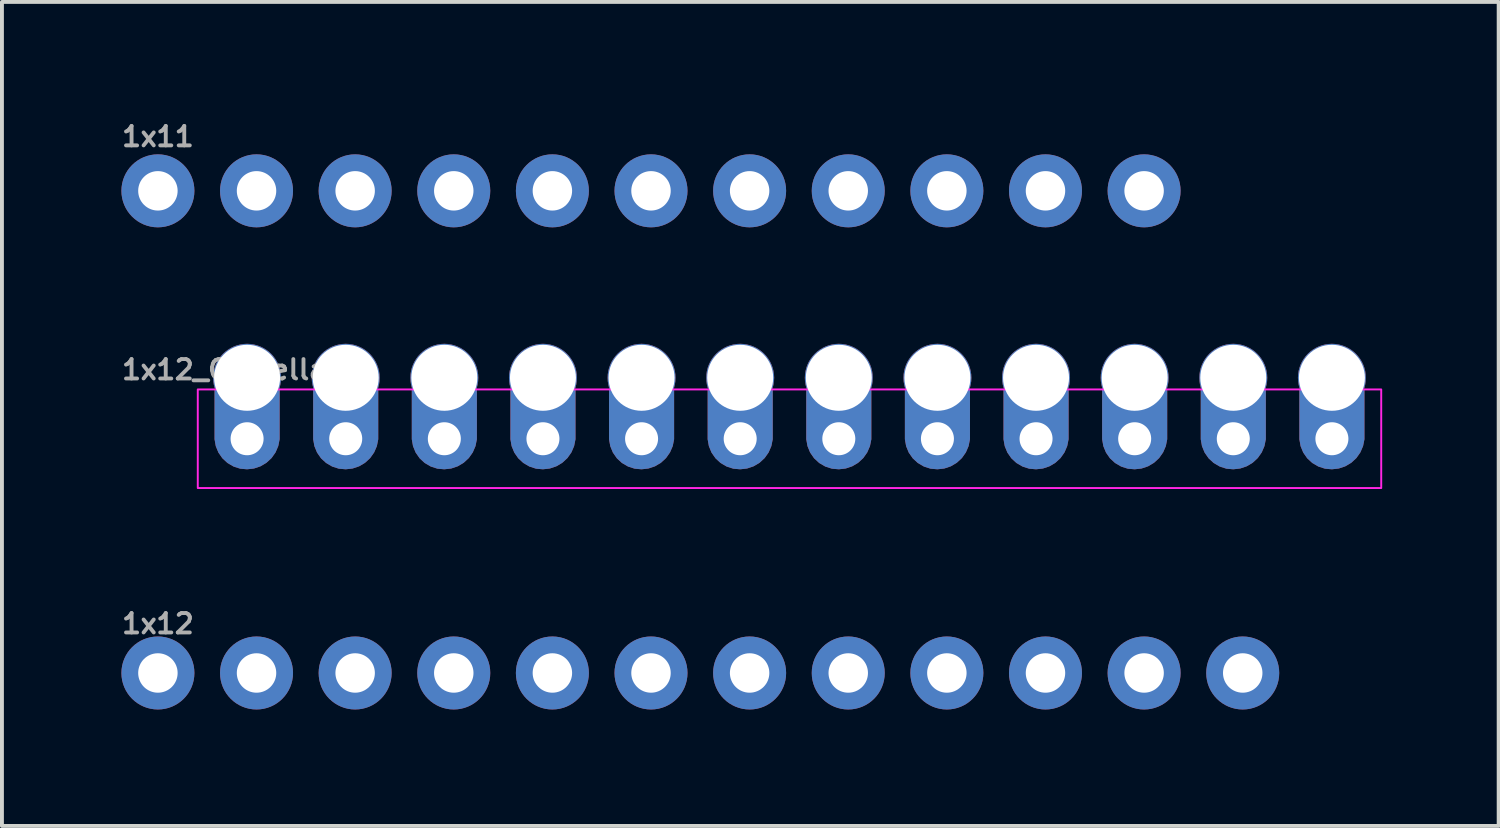
<source format=kicad_pcb>
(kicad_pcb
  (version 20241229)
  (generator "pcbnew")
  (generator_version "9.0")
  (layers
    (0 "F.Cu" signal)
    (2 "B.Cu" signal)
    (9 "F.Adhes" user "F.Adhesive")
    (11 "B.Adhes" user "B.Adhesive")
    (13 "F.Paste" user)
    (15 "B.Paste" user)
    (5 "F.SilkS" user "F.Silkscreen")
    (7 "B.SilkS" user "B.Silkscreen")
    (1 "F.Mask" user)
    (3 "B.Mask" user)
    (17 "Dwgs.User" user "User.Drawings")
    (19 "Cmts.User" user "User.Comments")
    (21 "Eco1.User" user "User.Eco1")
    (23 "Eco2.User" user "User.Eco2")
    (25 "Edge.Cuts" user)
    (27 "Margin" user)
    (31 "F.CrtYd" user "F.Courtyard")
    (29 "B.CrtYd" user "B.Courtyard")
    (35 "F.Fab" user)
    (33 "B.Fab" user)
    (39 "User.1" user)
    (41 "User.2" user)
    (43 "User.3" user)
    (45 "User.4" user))
  (footprint "1x11"
    (layer "F.Cu")
    (at 1.017 1.865)
    (property "Reference" "1x11" (at 0 -1.397 0) (layer "F.Fab") (effects (font (size 0.5 0.5) (thickness 0.1))))
    (fp_poly (pts (xy -0.254 0.254) (xy 0.254 0.254) (xy 0.254 -0.254) (xy -0.254 -0.254)) (stroke (width 0.1) (type default)) (fill no) (layer "F.Fab"))
    (fp_poly (pts (xy 2.286 0.254) (xy 2.794 0.254) (xy 2.794 -0.254) (xy 2.286 -0.254)) (stroke (width 0.1) (type default)) (fill no) (layer "F.Fab"))
    (fp_poly (pts (xy 4.826 0.254) (xy 5.334 0.254) (xy 5.334 -0.254) (xy 4.826 -0.254)) (stroke (width 0.1) (type default)) (fill no) (layer "F.Fab"))
    (fp_poly (pts (xy 7.366 0.254) (xy 7.874 0.254) (xy 7.874 -0.254) (xy 7.366 -0.254)) (stroke (width 0.1) (type default)) (fill no) (layer "F.Fab"))
    (fp_poly (pts (xy 9.906 0.254) (xy 10.414 0.254) (xy 10.414 -0.254) (xy 9.906 -0.254)) (stroke (width 0.1) (type default)) (fill no) (layer "F.Fab"))
    (fp_poly (pts (xy 12.446 0.254) (xy 12.954 0.254) (xy 12.954 -0.254) (xy 12.446 -0.254)) (stroke (width 0.1) (type default)) (fill no) (layer "F.Fab"))
    (fp_poly (pts (xy 14.986 0.254) (xy 15.494 0.254) (xy 15.494 -0.254) (xy 14.986 -0.254)) (stroke (width 0.1) (type default)) (fill no) (layer "F.Fab"))
    (fp_poly (pts (xy 17.526 0.254) (xy 18.034 0.254) (xy 18.034 -0.254) (xy 17.526 -0.254)) (stroke (width 0.1) (type default)) (fill no) (layer "F.Fab"))
    (fp_poly (pts (xy 20.066 0.254) (xy 20.574 0.254) (xy 20.574 -0.254) (xy 20.066 -0.254)) (stroke (width 0.1) (type default)) (fill no) (layer "F.Fab"))
    (fp_poly (pts (xy 22.606 0.254) (xy 23.114 0.254) (xy 23.114 -0.254) (xy 22.606 -0.254)) (stroke (width 0.1) (type default)) (fill no) (layer "F.Fab"))
    (fp_poly (pts (xy 25.146 0.254) (xy 25.654 0.254) (xy 25.654 -0.254) (xy 25.146 -0.254)) (stroke (width 0.1) (type default)) (fill no) (layer "F.Fab"))
    (pad "1" thru_hole circle (at 0 0 90) (size 1.88 1.88) (drill 1.016) (layers "*.Cu" "*.Mask"))
    (pad "2" thru_hole circle (at 2.54 0 90) (size 1.88 1.88) (drill 1.016) (layers "*.Cu" "*.Mask"))
    (pad "3" thru_hole circle (at 5.08 0 90) (size 1.88 1.88) (drill 1.016) (layers "*.Cu" "*.Mask"))
    (pad "4" thru_hole circle (at 7.62 0 90) (size 1.88 1.88) (drill 1.016) (layers "*.Cu" "*.Mask"))
    (pad "5" thru_hole circle (at 10.16 0 90) (size 1.88 1.88) (drill 1.016) (layers "*.Cu" "*.Mask"))
    (pad "6" thru_hole circle (at 12.7 0 90) (size 1.88 1.88) (drill 1.016) (layers "*.Cu" "*.Mask"))
    (pad "7" thru_hole circle (at 15.24 0 90) (size 1.88 1.88) (drill 1.016) (layers "*.Cu" "*.Mask"))
    (pad "8" thru_hole circle (at 17.78 0 90) (size 1.88 1.88) (drill 1.016) (layers "*.Cu" "*.Mask"))
    (pad "9" thru_hole circle (at 20.32 0 90) (size 1.88 1.88) (drill 1.016) (layers "*.Cu" "*.Mask"))
    (pad "10" thru_hole circle (at 22.86 0 90) (size 1.88 1.88) (drill 1.016) (layers "*.Cu" "*.Mask"))
    (pad "11" thru_hole circle (at 25.4 0 90) (size 1.88 1.88) (drill 1.016) (layers "*.Cu" "*.Mask")))
  (footprint "1x12"
    (layer "F.Cu")
    (at 1.017 14.283)
    (property "Reference" "1x12" (at 0 -1.27 0) (layer "F.Fab") (effects (font (size 0.5 0.5) (thickness 0.1))))
    (pad "1" thru_hole circle (at 0 0 90) (size 1.88 1.88) (drill 1.016) (layers "*.Cu" "*.Mask"))
    (pad "2" thru_hole circle (at 2.54 0 90) (size 1.88 1.88) (drill 1.016) (layers "*.Cu" "*.Mask"))
    (pad "3" thru_hole circle (at 5.08 0 90) (size 1.88 1.88) (drill 1.016) (layers "*.Cu" "*.Mask"))
    (pad "4" thru_hole circle (at 7.62 0 90) (size 1.88 1.88) (drill 1.016) (layers "*.Cu" "*.Mask"))
    (pad "5" thru_hole circle (at 10.16 0 90) (size 1.88 1.88) (drill 1.016) (layers "*.Cu" "*.Mask"))
    (pad "6" thru_hole circle (at 12.7 0 90) (size 1.88 1.88) (drill 1.016) (layers "*.Cu" "*.Mask"))
    (pad "7" thru_hole circle (at 15.24 0 90) (size 1.88 1.88) (drill 1.016) (layers "*.Cu" "*.Mask"))
    (pad "8" thru_hole circle (at 17.78 0 90) (size 1.88 1.88) (drill 1.016) (layers "*.Cu" "*.Mask"))
    (pad "9" thru_hole circle (at 20.32 0 90) (size 1.88 1.88) (drill 1.016) (layers "*.Cu" "*.Mask"))
    (pad "10" thru_hole circle (at 22.86 0 90) (size 1.88 1.88) (drill 1.016) (layers "*.Cu" "*.Mask"))
    (pad "11" thru_hole circle (at 25.4 0 90) (size 1.88 1.88) (drill 1.016) (layers "*.Cu" "*.Mask"))
    (pad "12" thru_hole circle (at 27.94 0 90) (size 1.88 1.88) (drill 1.016) (layers "*.Cu" "*.Mask")))
  (footprint "1x12_Castellated"
    (layer "F.Cu")
    (at 3.314 8.25)
    (property "Reference" "1x12_Castellated" (at 0 -1.778 0) (layer "F.Fab") (effects (font (size 0.5 0.5) (thickness 0.1))))
    (fp_rect (start -1.27 -1.27) (end 29.21 1.27) (stroke (width 0.05) (type default)) (fill no) (layer "F.CrtYd"))
    (fp_rect (start -0.254 -0.254) (end 0.254 0.254) (stroke (width 0.1) (type default)) (fill no) (layer "F.Fab"))
    (fp_rect (start 2.286 -0.254) (end 2.794 0.254) (stroke (width 0.1) (type default)) (fill no) (layer "F.Fab"))
    (fp_rect (start 4.826 -0.254) (end 5.334 0.254) (stroke (width 0.1) (type default)) (fill no) (layer "F.Fab"))
    (fp_rect (start 7.366 -0.254) (end 7.874 0.254) (stroke (width 0.1) (type default)) (fill no) (layer "F.Fab"))
    (fp_rect (start 9.906 -0.254) (end 10.414 0.254) (stroke (width 0.1) (type default)) (fill no) (layer "F.Fab"))
    (fp_rect (start 12.446 -0.254) (end 12.954 0.254) (stroke (width 0.1) (type default)) (fill no) (layer "F.Fab"))
    (fp_rect (start 14.986 -0.254) (end 15.494 0.254) (stroke (width 0.1) (type default)) (fill no) (layer "F.Fab"))
    (fp_rect (start 17.526 -0.254) (end 18.034 0.254) (stroke (width 0.1) (type default)) (fill no) (layer "F.Fab"))
    (fp_rect (start 20.066 -0.254) (end 20.574 0.254) (stroke (width 0.1) (type default)) (fill no) (layer "F.Fab"))
    (fp_rect (start 22.606 -0.254) (end 23.114 0.254) (stroke (width 0.1) (type default)) (fill no) (layer "F.Fab"))
    (fp_rect (start 25.146 -0.254) (end 25.654 0.254) (stroke (width 0.1) (type default)) (fill no) (layer "F.Fab"))
    (fp_rect (start 27.686 -0.254) (end 28.194 0.254) (stroke (width 0.1) (type default)) (fill no) (layer "F.Fab"))
    (pad "1" thru_hole circle (at 0 -1.57 270) (size 1.75 1.75) (drill 1.7) (layers "*.Cu" "*.Mask") (remove_unused_layers yes) (keep_end_layers yes) (zone_layer_connections))
    (pad "1" thru_hole custom (at 0 0 90) (size 1.016 1.016) (drill 0.85) (layers "*.Cu" "*.Mask") (remove_unused_layers yes) (keep_end_layers yes) (zone_layer_connections) (options (anchor circle)) (primitives (gr_poly (pts (xy -0.189 0.803) (xy -0.352 0.733) (xy -0.498 0.63) (xy -0.619 0.499) (xy -0.71 0.346) (xy -0.767 0.177) (xy -0.787 0.001) (xy -0.787 -0.001) (xy -0.771 -0.179) (xy -0.716 -0.349) (xy -0.625 -0.505) (xy -0.504 -0.636) (xy -0.356 -0.739) (xy -0.19 -0.807) (xy -0.014 -0.838) (xy 1.27 -0.838) (xy 1.27 0.838) (xy -0.014 0.838)) (width 0) (fill yes))))
    (pad "2" thru_hole circle (at 2.54 -1.57 270) (size 1.75 1.75) (drill 1.7) (layers "*.Cu" "*.Mask") (remove_unused_layers yes) (keep_end_layers yes) (zone_layer_connections))
    (pad "2" thru_hole custom (at 2.54 0 90) (size 1.016 1.016) (drill 0.85) (layers "*.Cu" "*.Mask") (remove_unused_layers yes) (keep_end_layers yes) (zone_layer_connections) (options (anchor circle)) (primitives (gr_poly (pts (xy -0.189 0.803) (xy -0.352 0.733) (xy -0.498 0.63) (xy -0.619 0.499) (xy -0.71 0.346) (xy -0.767 0.177) (xy -0.787 0.001) (xy -0.787 -0.001) (xy -0.771 -0.179) (xy -0.716 -0.349) (xy -0.625 -0.505) (xy -0.504 -0.636) (xy -0.356 -0.739) (xy -0.19 -0.807) (xy -0.014 -0.838) (xy 1.27 -0.838) (xy 1.27 0.838) (xy -0.014 0.838)) (width 0) (fill yes))))
    (pad "3" thru_hole circle (at 5.08 -1.57 270) (size 1.75 1.75) (drill 1.7) (layers "*.Cu" "*.Mask") (remove_unused_layers yes) (keep_end_layers yes) (zone_layer_connections))
    (pad "3" thru_hole custom (at 5.08 0 90) (size 1.016 1.016) (drill 0.85) (layers "*.Cu" "*.Mask") (remove_unused_layers yes) (keep_end_layers yes) (zone_layer_connections) (options (anchor circle)) (primitives (gr_poly (pts (xy -0.189 0.803) (xy -0.352 0.733) (xy -0.498 0.63) (xy -0.619 0.499) (xy -0.71 0.346) (xy -0.767 0.177) (xy -0.787 0.001) (xy -0.787 -0.001) (xy -0.771 -0.179) (xy -0.716 -0.349) (xy -0.625 -0.505) (xy -0.504 -0.636) (xy -0.356 -0.739) (xy -0.19 -0.807) (xy -0.014 -0.838) (xy 1.27 -0.838) (xy 1.27 0.838) (xy -0.014 0.838)) (width 0) (fill yes))))
    (pad "4" thru_hole circle (at 7.62 -1.57 270) (size 1.75 1.75) (drill 1.7) (layers "*.Cu" "*.Mask") (remove_unused_layers yes) (keep_end_layers yes) (zone_layer_connections))
    (pad "4" thru_hole custom (at 7.62 0 90) (size 1.016 1.016) (drill 0.85) (layers "*.Cu" "*.Mask") (remove_unused_layers yes) (keep_end_layers yes) (zone_layer_connections) (options (anchor circle)) (primitives (gr_poly (pts (xy -0.189 0.803) (xy -0.352 0.733) (xy -0.498 0.63) (xy -0.619 0.499) (xy -0.71 0.346) (xy -0.767 0.177) (xy -0.787 0.001) (xy -0.787 -0.001) (xy -0.771 -0.179) (xy -0.716 -0.349) (xy -0.625 -0.505) (xy -0.504 -0.636) (xy -0.356 -0.739) (xy -0.19 -0.807) (xy -0.014 -0.838) (xy 1.27 -0.838) (xy 1.27 0.838) (xy -0.014 0.838)) (width 0) (fill yes))))
    (pad "5" thru_hole circle (at 10.16 -1.57 270) (size 1.75 1.75) (drill 1.7) (layers "*.Cu" "*.Mask") (remove_unused_layers yes) (keep_end_layers yes) (zone_layer_connections))
    (pad "5" thru_hole custom (at 10.16 0 90) (size 1.016 1.016) (drill 0.85) (layers "*.Cu" "*.Mask") (remove_unused_layers yes) (keep_end_layers yes) (zone_layer_connections) (options (anchor circle)) (primitives (gr_poly (pts (xy -0.189 0.803) (xy -0.352 0.733) (xy -0.498 0.63) (xy -0.619 0.499) (xy -0.71 0.346) (xy -0.767 0.177) (xy -0.787 0.001) (xy -0.787 -0.001) (xy -0.771 -0.179) (xy -0.716 -0.349) (xy -0.625 -0.505) (xy -0.504 -0.636) (xy -0.356 -0.739) (xy -0.19 -0.807) (xy -0.014 -0.838) (xy 1.27 -0.838) (xy 1.27 0.838) (xy -0.014 0.838)) (width 0) (fill yes))))
    (pad "6" thru_hole circle (at 12.7 -1.57 270) (size 1.75 1.75) (drill 1.7) (layers "*.Cu" "*.Mask") (remove_unused_layers yes) (keep_end_layers yes) (zone_layer_connections))
    (pad "6" thru_hole custom (at 12.7 0 90) (size 1.016 1.016) (drill 0.85) (layers "*.Cu" "*.Mask") (remove_unused_layers yes) (keep_end_layers yes) (zone_layer_connections) (options (anchor circle)) (primitives (gr_poly (pts (xy -0.189 0.803) (xy -0.352 0.733) (xy -0.498 0.63) (xy -0.619 0.499) (xy -0.71 0.346) (xy -0.767 0.177) (xy -0.787 0.001) (xy -0.787 -0.001) (xy -0.771 -0.179) (xy -0.716 -0.349) (xy -0.625 -0.505) (xy -0.504 -0.636) (xy -0.356 -0.739) (xy -0.19 -0.807) (xy -0.014 -0.838) (xy 1.27 -0.838) (xy 1.27 0.838) (xy -0.014 0.838)) (width 0) (fill yes))))
    (pad "7" thru_hole circle (at 15.24 -1.57 270) (size 1.75 1.75) (drill 1.7) (layers "*.Cu" "*.Mask") (remove_unused_layers yes) (keep_end_layers yes) (zone_layer_connections))
    (pad "7" thru_hole custom (at 15.24 0 90) (size 1.016 1.016) (drill 0.85) (layers "*.Cu" "*.Mask") (remove_unused_layers yes) (keep_end_layers yes) (zone_layer_connections) (options (anchor circle)) (primitives (gr_poly (pts (xy -0.189 0.803) (xy -0.352 0.733) (xy -0.498 0.63) (xy -0.619 0.499) (xy -0.71 0.346) (xy -0.767 0.177) (xy -0.787 0.001) (xy -0.787 -0.001) (xy -0.771 -0.179) (xy -0.716 -0.349) (xy -0.625 -0.505) (xy -0.504 -0.636) (xy -0.356 -0.739) (xy -0.19 -0.807) (xy -0.014 -0.838) (xy 1.27 -0.838) (xy 1.27 0.838) (xy -0.014 0.838)) (width 0) (fill yes))))
    (pad "8" thru_hole circle (at 17.78 -1.57 270) (size 1.75 1.75) (drill 1.7) (layers "*.Cu" "*.Mask") (remove_unused_layers yes) (keep_end_layers yes) (zone_layer_connections))
    (pad "8" thru_hole custom (at 17.78 0 90) (size 1.016 1.016) (drill 0.85) (layers "*.Cu" "*.Mask") (remove_unused_layers yes) (keep_end_layers yes) (zone_layer_connections) (options (anchor circle)) (primitives (gr_poly (pts (xy -0.189 0.803) (xy -0.352 0.733) (xy -0.498 0.63) (xy -0.619 0.499) (xy -0.71 0.346) (xy -0.767 0.177) (xy -0.787 0.001) (xy -0.787 -0.001) (xy -0.771 -0.179) (xy -0.716 -0.349) (xy -0.625 -0.505) (xy -0.504 -0.636) (xy -0.356 -0.739) (xy -0.19 -0.807) (xy -0.014 -0.838) (xy 1.27 -0.838) (xy 1.27 0.838) (xy -0.014 0.838)) (width 0) (fill yes))))
    (pad "9" thru_hole circle (at 20.32 -1.57 270) (size 1.75 1.75) (drill 1.7) (layers "*.Cu" "*.Mask") (remove_unused_layers yes) (keep_end_layers yes) (zone_layer_connections))
    (pad "9" thru_hole custom (at 20.32 0 90) (size 1.016 1.016) (drill 0.85) (layers "*.Cu" "*.Mask") (remove_unused_layers yes) (keep_end_layers yes) (zone_layer_connections) (options (anchor circle)) (primitives (gr_poly (pts (xy -0.189 0.803) (xy -0.352 0.733) (xy -0.498 0.63) (xy -0.619 0.499) (xy -0.71 0.346) (xy -0.767 0.177) (xy -0.787 0.001) (xy -0.787 -0.001) (xy -0.771 -0.179) (xy -0.716 -0.349) (xy -0.625 -0.505) (xy -0.504 -0.636) (xy -0.356 -0.739) (xy -0.19 -0.807) (xy -0.014 -0.838) (xy 1.27 -0.838) (xy 1.27 0.838) (xy -0.014 0.838)) (width 0) (fill yes))))
    (pad "10" thru_hole circle (at 22.86 -1.57 270) (size 1.75 1.75) (drill 1.7) (layers "*.Cu" "*.Mask") (remove_unused_layers yes) (keep_end_layers yes) (zone_layer_connections))
    (pad "10" thru_hole custom (at 22.86 0 90) (size 1.016 1.016) (drill 0.85) (layers "*.Cu" "*.Mask") (remove_unused_layers yes) (keep_end_layers yes) (zone_layer_connections) (options (anchor circle)) (primitives (gr_poly (pts (xy -0.189 0.803) (xy -0.352 0.733) (xy -0.498 0.63) (xy -0.619 0.499) (xy -0.71 0.346) (xy -0.767 0.177) (xy -0.787 0.001) (xy -0.787 -0.001) (xy -0.771 -0.179) (xy -0.716 -0.349) (xy -0.625 -0.505) (xy -0.504 -0.636) (xy -0.356 -0.739) (xy -0.19 -0.807) (xy -0.014 -0.838) (xy 1.27 -0.838) (xy 1.27 0.838) (xy -0.014 0.838)) (width 0) (fill yes))))
    (pad "11" thru_hole circle (at 25.4 -1.57 270) (size 1.75 1.75) (drill 1.7) (layers "*.Cu" "*.Mask") (remove_unused_layers yes) (keep_end_layers yes) (zone_layer_connections))
    (pad "11" thru_hole custom (at 25.4 0 90) (size 1.016 1.016) (drill 0.85) (layers "*.Cu" "*.Mask") (remove_unused_layers yes) (keep_end_layers yes) (zone_layer_connections) (options (anchor circle)) (primitives (gr_poly (pts (xy -0.189 0.803) (xy -0.352 0.733) (xy -0.498 0.63) (xy -0.619 0.499) (xy -0.71 0.346) (xy -0.767 0.177) (xy -0.787 0.001) (xy -0.787 -0.001) (xy -0.771 -0.179) (xy -0.716 -0.349) (xy -0.625 -0.505) (xy -0.504 -0.636) (xy -0.356 -0.739) (xy -0.19 -0.807) (xy -0.014 -0.838) (xy 1.27 -0.838) (xy 1.27 0.838) (xy -0.014 0.838)) (width 0) (fill yes))))
    (pad "12" thru_hole circle (at 27.94 -1.57 270) (size 1.75 1.75) (drill 1.7) (layers "*.Cu" "*.Mask") (remove_unused_layers yes) (keep_end_layers yes) (zone_layer_connections))
    (pad "12" thru_hole custom (at 27.94 0 90) (size 1.016 1.016) (drill 0.85) (layers "*.Cu" "*.Mask") (remove_unused_layers yes) (keep_end_layers yes) (zone_layer_connections) (options (anchor circle)) (primitives (gr_poly (pts (xy -0.189 0.803) (xy -0.352 0.733) (xy -0.498 0.63) (xy -0.619 0.499) (xy -0.71 0.346) (xy -0.767 0.177) (xy -0.787 0.001) (xy -0.787 -0.001) (xy -0.771 -0.179) (xy -0.716 -0.349) (xy -0.625 -0.505) (xy -0.504 -0.636) (xy -0.356 -0.739) (xy -0.19 -0.807) (xy -0.014 -0.838) (xy 1.27 -0.838) (xy 1.27 0.838) (xy -0.014 0.838)) (width 0) (fill yes)))))
  (gr_rect
    (start -3 -3)
    (end 35.549 18.223)
    (stroke (width 0.1) (type default))
    (fill no)
    (layer "Edge.Cuts")))
</source>
